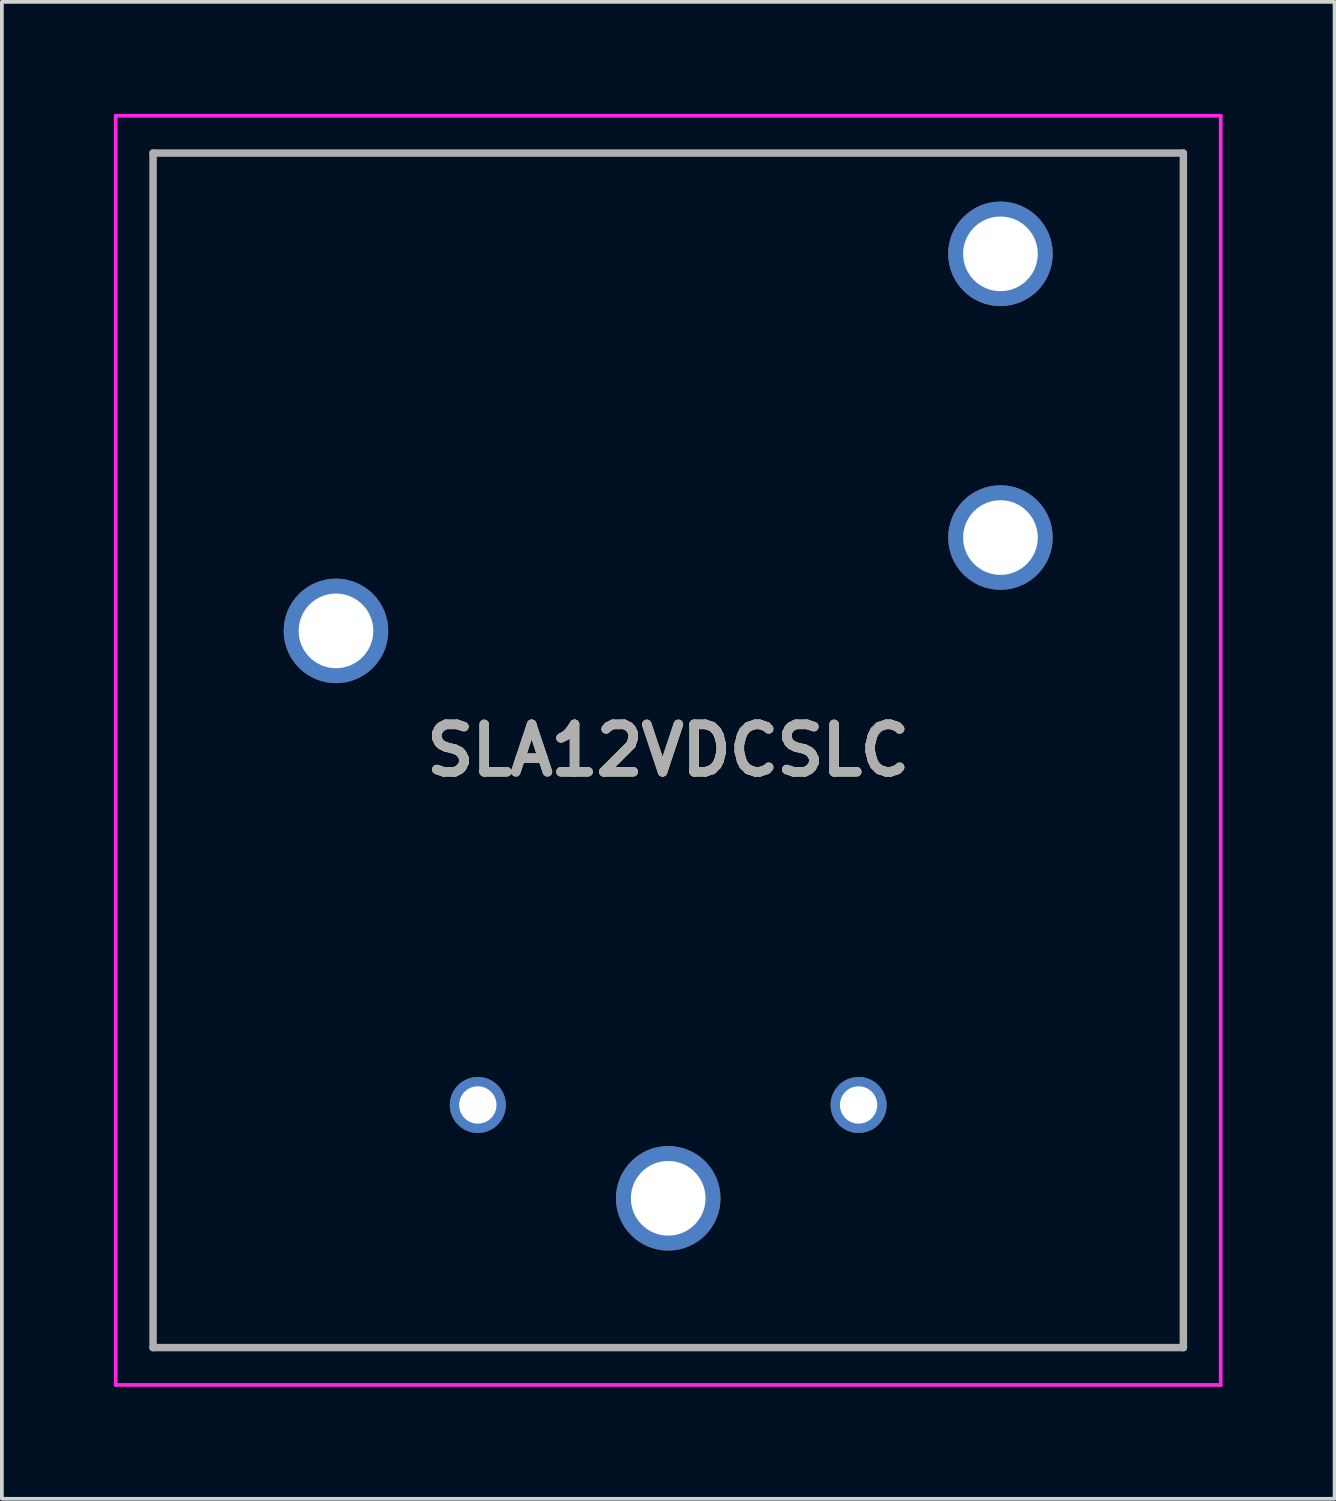
<source format=kicad_pcb>
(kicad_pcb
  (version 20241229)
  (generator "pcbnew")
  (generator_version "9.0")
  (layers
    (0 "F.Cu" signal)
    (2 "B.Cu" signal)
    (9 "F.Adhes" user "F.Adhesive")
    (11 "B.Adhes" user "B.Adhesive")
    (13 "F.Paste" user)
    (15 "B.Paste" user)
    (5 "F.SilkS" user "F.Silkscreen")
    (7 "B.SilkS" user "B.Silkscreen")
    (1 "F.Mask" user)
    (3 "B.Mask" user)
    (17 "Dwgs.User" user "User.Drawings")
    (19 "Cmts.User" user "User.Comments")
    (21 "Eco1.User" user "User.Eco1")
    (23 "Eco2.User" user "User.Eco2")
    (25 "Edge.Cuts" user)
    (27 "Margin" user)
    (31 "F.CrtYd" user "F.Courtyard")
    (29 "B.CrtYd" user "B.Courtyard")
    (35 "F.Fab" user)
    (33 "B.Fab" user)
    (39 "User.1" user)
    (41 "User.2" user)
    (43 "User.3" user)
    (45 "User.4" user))
  (footprint "SLA12VDCSLC"
    (layer "F.Cu")
    (at 14.85 29.05)
    (property "Reference" "SLA12VDCSLC" (at 0 -12 0) (layer "F.SilkS") (effects (font (size 1.27 1.27) (thickness 0.254))))
    (attr through_hole)
    (fp_line (start -13.8 -28) (end 13.8 -28) (stroke (width 0.1) (type solid)) (layer "F.SilkS"))
    (fp_line (start -13.8 4) (end -13.8 -28) (stroke (width 0.1) (type solid)) (layer "F.SilkS"))
    (fp_line (start 13.8 -28) (end 13.8 4) (stroke (width 0.1) (type solid)) (layer "F.SilkS"))
    (fp_line (start 13.8 4) (end -13.8 4) (stroke (width 0.1) (type solid)) (layer "F.SilkS"))
    (fp_line (start -14.8 -29) (end 14.8 -29) (stroke (width 0.1) (type solid)) (layer "F.CrtYd"))
    (fp_line (start -14.8 5) (end -14.8 -29) (stroke (width 0.1) (type solid)) (layer "F.CrtYd"))
    (fp_line (start 14.8 -29) (end 14.8 5) (stroke (width 0.1) (type solid)) (layer "F.CrtYd"))
    (fp_line (start 14.8 5) (end -14.8 5) (stroke (width 0.1) (type solid)) (layer "F.CrtYd"))
    (fp_line (start -13.8 -28) (end 13.8 -28) (stroke (width 0.2) (type solid)) (layer "F.Fab"))
    (fp_line (start -13.8 4) (end -13.8 -28) (stroke (width 0.2) (type solid)) (layer "F.Fab"))
    (fp_line (start 13.8 -28) (end 13.8 4) (stroke (width 0.2) (type solid)) (layer "F.Fab"))
    (fp_line (start 13.8 4) (end -13.8 4) (stroke (width 0.2) (type solid)) (layer "F.Fab"))
    (fp_text user "${REFERENCE}" (at 0 -12 0) (layer "F.Fab") (effects (font (size 1.27 1.27) (thickness 0.254))))
    (pad "1" thru_hole circle (at 0 0) (size 2.8 2.8) (drill 2) (layers "*.Cu" "*.Mask"))
    (pad "2" thru_hole circle (at 5.1 -2.5) (size 1.5 1.5) (drill 1) (layers "*.Cu" "*.Mask"))
    (pad "3" thru_hole circle (at 8.9 -17.7) (size 2.8 2.8) (drill 2) (layers "*.Cu" "*.Mask"))
    (pad "4" thru_hole circle (at 8.9 -25.3) (size 2.8 2.8) (drill 2) (layers "*.Cu" "*.Mask"))
    (pad "5" thru_hole circle (at -8.9 -15.2) (size 2.8 2.8) (drill 2) (layers "*.Cu" "*.Mask"))
    (pad "6" thru_hole circle (at -5.1 -2.5) (size 1.5 1.5) (drill 1) (layers "*.Cu" "*.Mask")))
  (gr_rect
    (start -3 -3)
    (end 32.7 37.1)
    (stroke (width 0.1) (type default))
    (fill no)
    (layer "Edge.Cuts")))
</source>
